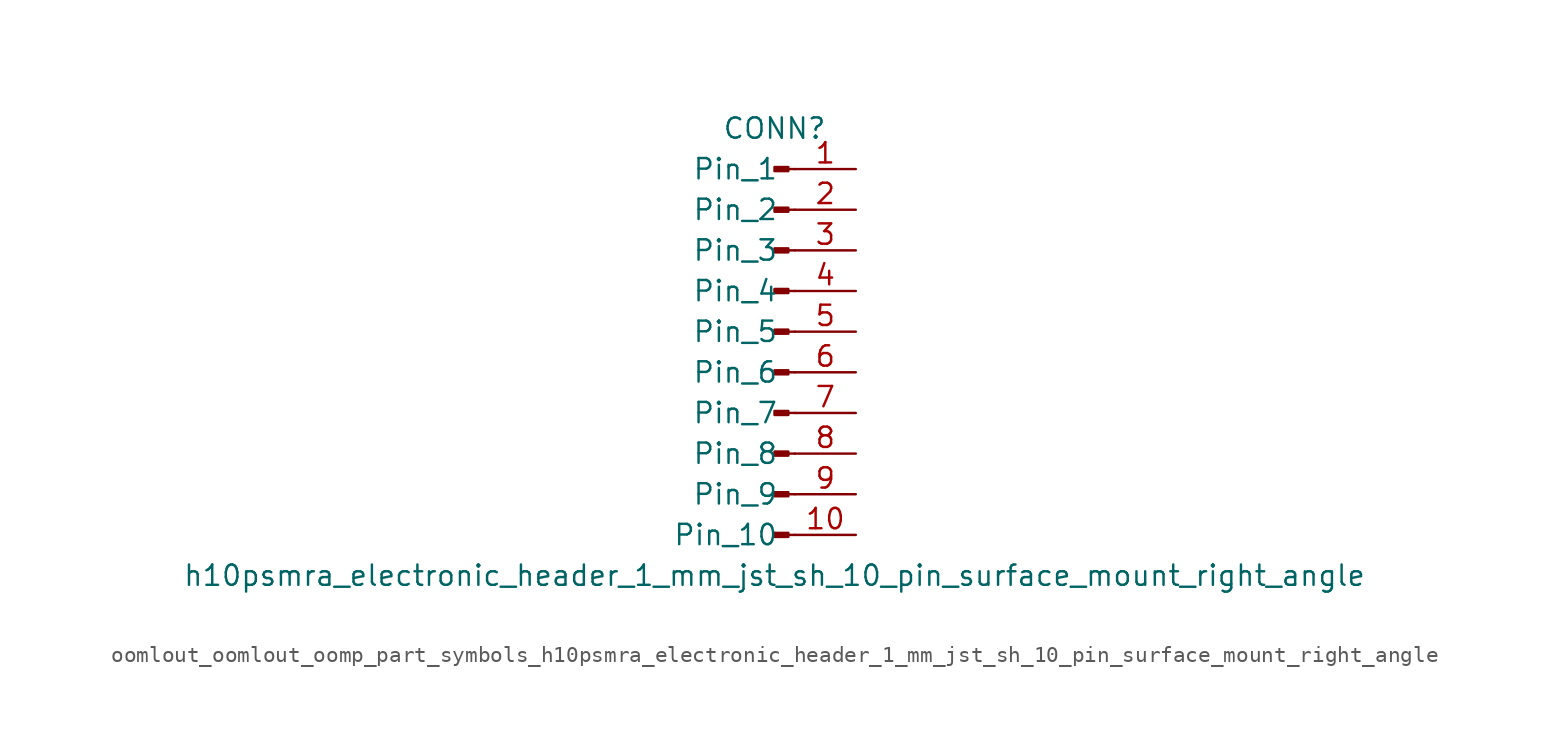
<source format=kicad_sym>
(kicad_symbol_lib
  (version 20220914)
  (generator kicad_symbol_editor)
  (symbol "oomlout_oomlout_oomp_part_symbols_h10psmra_electronic_header_1_mm_jst_sh_10_pin_surface_mount_right_angle"
    (pin_names
      (offset 1.016))
    (property "Reference" "CONN"
      (at 0 12.7 0)
      (effects (font (size 1.27 1.27))))
    (property "Value" "h10psmra_electronic_header_1_mm_jst_sh_10_pin_surface_mount_right_angle"
      (at 0 -15.24 0)
      (effects (font (size 1.27 1.27))))
    (property "ki_locked" ""
      (at 0 0 0)
      (effects (font (size 1.27 1.27))))
    (symbol "oomlout_oomlout_oomp_part_symbols_h10psmra_electronic_header_1_mm_jst_sh_10_pin_surface_mount_right_angle_1_1"
      (polyline (pts (xy 1.27 -12.7) (xy 0.864 -12.7)) (stroke (width 0.152) (type default)) (fill (type none)))
      (polyline (pts (xy 1.27 -10.16) (xy 0.864 -10.16)) (stroke (width 0.152) (type default)) (fill (type none)))
      (polyline (pts (xy 1.27 -7.62) (xy 0.864 -7.62)) (stroke (width 0.152) (type default)) (fill (type none)))
      (polyline (pts (xy 1.27 -5.08) (xy 0.864 -5.08)) (stroke (width 0.152) (type default)) (fill (type none)))
      (polyline (pts (xy 1.27 -2.54) (xy 0.864 -2.54)) (stroke (width 0.152) (type default)) (fill (type none)))
      (polyline (pts (xy 1.27 0) (xy 0.864 0)) (stroke (width 0.152) (type default)) (fill (type none)))
      (polyline (pts (xy 1.27 2.54) (xy 0.864 2.54)) (stroke (width 0.152) (type default)) (fill (type none)))
      (polyline (pts (xy 1.27 5.08) (xy 0.864 5.08)) (stroke (width 0.152) (type default)) (fill (type none)))
      (polyline (pts (xy 1.27 7.62) (xy 0.864 7.62)) (stroke (width 0.152) (type default)) (fill (type none)))
      (polyline (pts (xy 1.27 10.16) (xy 0.864 10.16)) (stroke (width 0.152) (type default)) (fill (type none)))
      (rectangle (start 0.864 -12.573) (end 0 -12.827) (stroke (width 0.152) (type default)) (fill (type outline)))
      (rectangle (start 0.864 -10.033) (end 0 -10.287) (stroke (width 0.152) (type default)) (fill (type outline)))
      (rectangle (start 0.864 -7.493) (end 0 -7.747) (stroke (width 0.152) (type default)) (fill (type outline)))
      (rectangle (start 0.864 -4.953) (end 0 -5.207) (stroke (width 0.152) (type default)) (fill (type outline)))
      (rectangle (start 0.864 -2.413) (end 0 -2.667) (stroke (width 0.152) (type default)) (fill (type outline)))
      (rectangle (start 0.864 0.127) (end 0 -0.127) (stroke (width 0.152) (type default)) (fill (type outline)))
      (rectangle (start 0.864 2.667) (end 0 2.413) (stroke (width 0.152) (type default)) (fill (type outline)))
      (rectangle (start 0.864 5.207) (end 0 4.953) (stroke (width 0.152) (type default)) (fill (type outline)))
      (rectangle (start 0.864 7.747) (end 0 7.493) (stroke (width 0.152) (type default)) (fill (type outline)))
      (rectangle (start 0.864 10.287) (end 0 10.033) (stroke (width 0.152) (type default)) (fill (type outline)))
      (pin passive line (at 5.08 10.16 180) (length 3.81) (name "Pin_1" (effects (font (size 1.27 1.27)))) (number "1" (effects (font (size 1.27 1.27)))))
      (pin passive line (at 5.08 -12.7 180) (length 3.81) (name "Pin_10" (effects (font (size 1.27 1.27)))) (number "10" (effects (font (size 1.27 1.27)))))
      (pin passive line (at 5.08 7.62 180) (length 3.81) (name "Pin_2" (effects (font (size 1.27 1.27)))) (number "2" (effects (font (size 1.27 1.27)))))
      (pin passive line (at 5.08 5.08 180) (length 3.81) (name "Pin_3" (effects (font (size 1.27 1.27)))) (number "3" (effects (font (size 1.27 1.27)))))
      (pin passive line (at 5.08 2.54 180) (length 3.81) (name "Pin_4" (effects (font (size 1.27 1.27)))) (number "4" (effects (font (size 1.27 1.27)))))
      (pin passive line (at 5.08 0 180) (length 3.81) (name "Pin_5" (effects (font (size 1.27 1.27)))) (number "5" (effects (font (size 1.27 1.27)))))
      (pin passive line (at 5.08 -2.54 180) (length 3.81) (name "Pin_6" (effects (font (size 1.27 1.27)))) (number "6" (effects (font (size 1.27 1.27)))))
      (pin passive line (at 5.08 -5.08 180) (length 3.81) (name "Pin_7" (effects (font (size 1.27 1.27)))) (number "7" (effects (font (size 1.27 1.27)))))
      (pin passive line (at 5.08 -7.62 180) (length 3.81) (name "Pin_8" (effects (font (size 1.27 1.27)))) (number "8" (effects (font (size 1.27 1.27)))))
      (pin passive line (at 5.08 -10.16 180) (length 3.81) (name "Pin_9" (effects (font (size 1.27 1.27)))) (number "9" (effects (font (size 1.27 1.27))))))))
</source>
